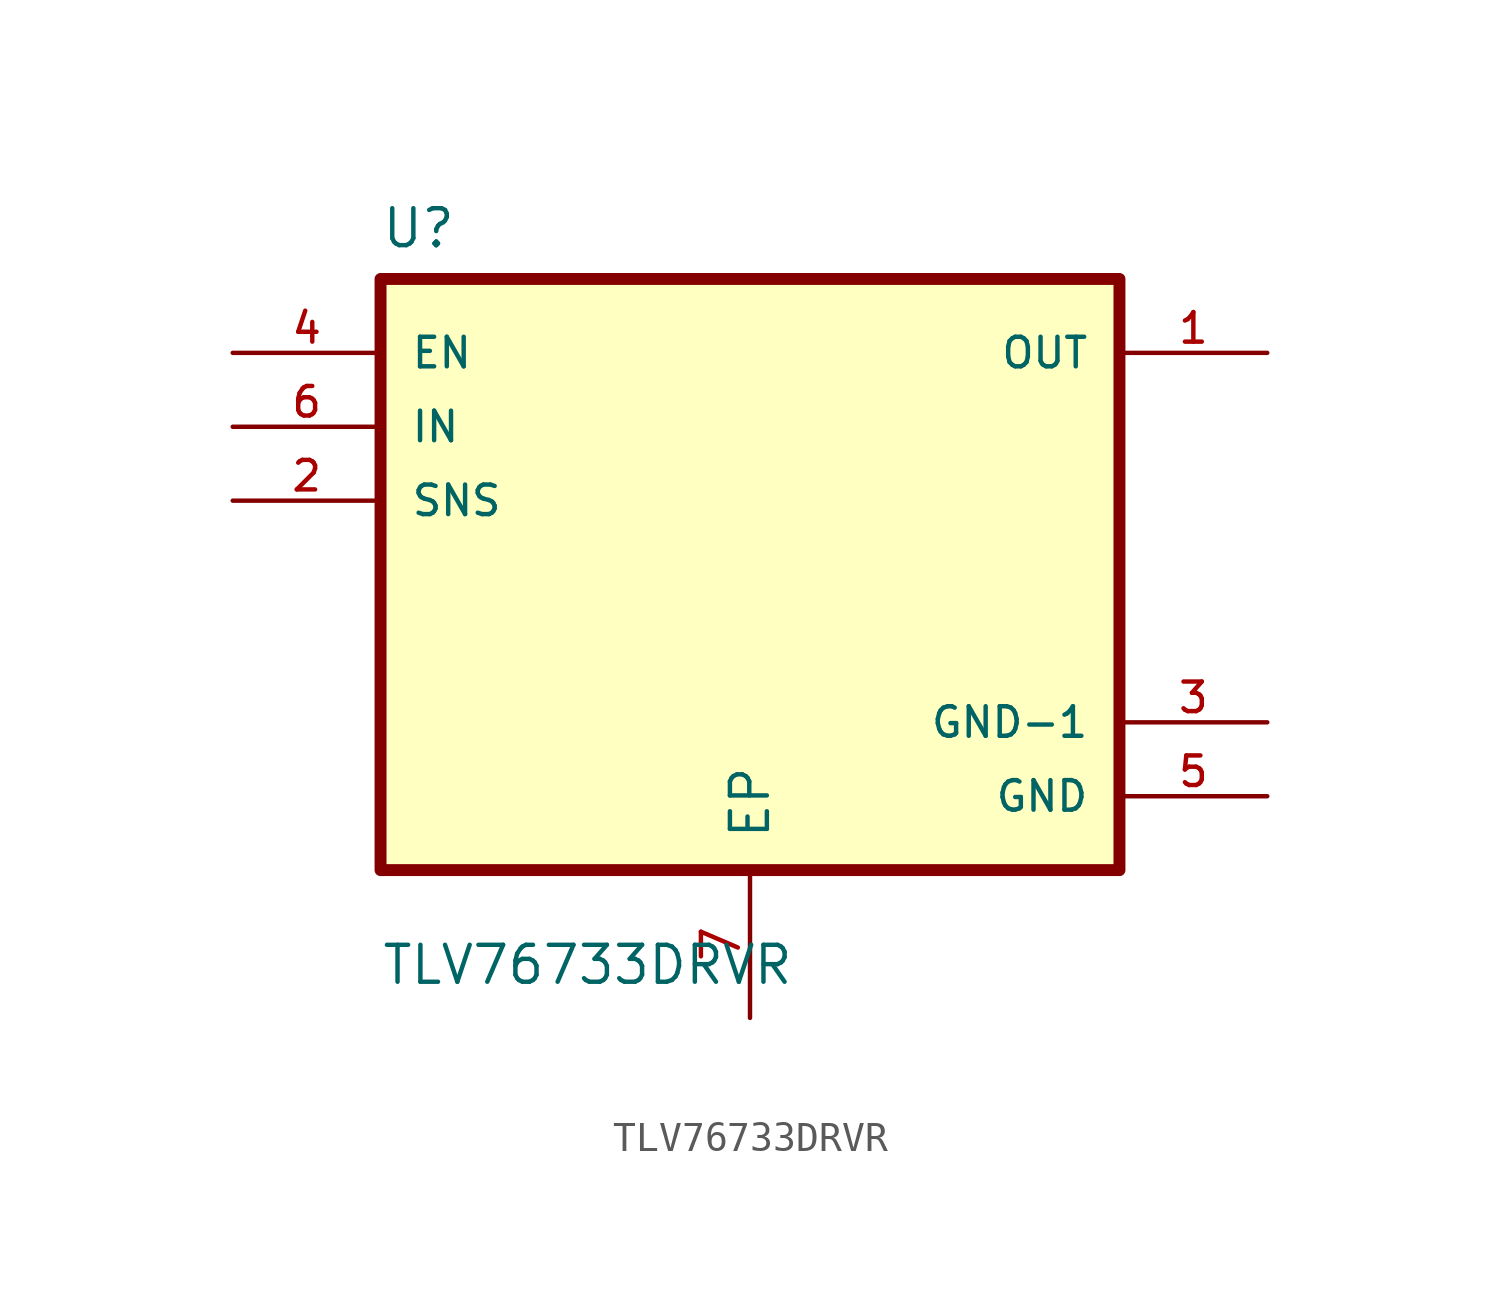
<source format=kicad_sym>
(kicad_symbol_lib
  (version 20241209)
  (generator "kicad_symbol_editor")
  (generator_version "9.0")
  (symbol "TLV76733DRVR"
    (pin_names
      (offset 1.016))
    (property "Reference" "U"
      (at -12.7 11.16 0)
      (effects (font (size 1.27 1.27)) (justify left bottom)))
    (property "Value" "TLV76733DRVR"
      (at -12.7 -14.16 0)
      (effects (font (size 1.27 1.27)) (justify left bottom)))
    (symbol "TLV76733DRVR_0_0"
      (rectangle (start -12.7 -10.16) (end 12.7 10.16) (stroke (width 0.41) (type default)) (fill (type background)))
      (pin input line (at -17.78 7.62 0) (length 5.08) (name "EN" (effects (font (size 1.016 1.016)))) (number "4" (effects (font (size 1.016 1.016)))))
      (pin input line (at -17.78 5.08 0) (length 5.08) (name "IN" (effects (font (size 1.016 1.016)))) (number "6" (effects (font (size 1.016 1.016)))))
      (pin input line (at -17.78 2.54 0) (length 5.08) (name "SNS" (effects (font (size 1.016 1.016)))) (number "2" (effects (font (size 1.016 1.016)))))
      (pin output line (at 17.78 7.62 180) (length 5.08) (name "OUT" (effects (font (size 1.016 1.016)))) (number "1" (effects (font (size 1.016 1.016)))))
      (pin power_in line (at 17.78 -5.08 180) (length 5.08) (name "GND-1" (effects (font (size 1.016 1.016)))) (number "3" (effects (font (size 1.016 1.016)))))
      (pin power_in line (at 17.78 -7.62 180) (length 5.08) (name "GND" (effects (font (size 1.016 1.016)))) (number "5" (effects (font (size 1.016 1.016))))))
    (symbol "TLV76733DRVR_1_1"
      (pin passive line (at 0 -15.24 90) (length 5.08) (name "EP" (effects (font (size 1.27 1.27)))) (number "7" (effects (font (size 1.27 1.27))))))))
</source>
